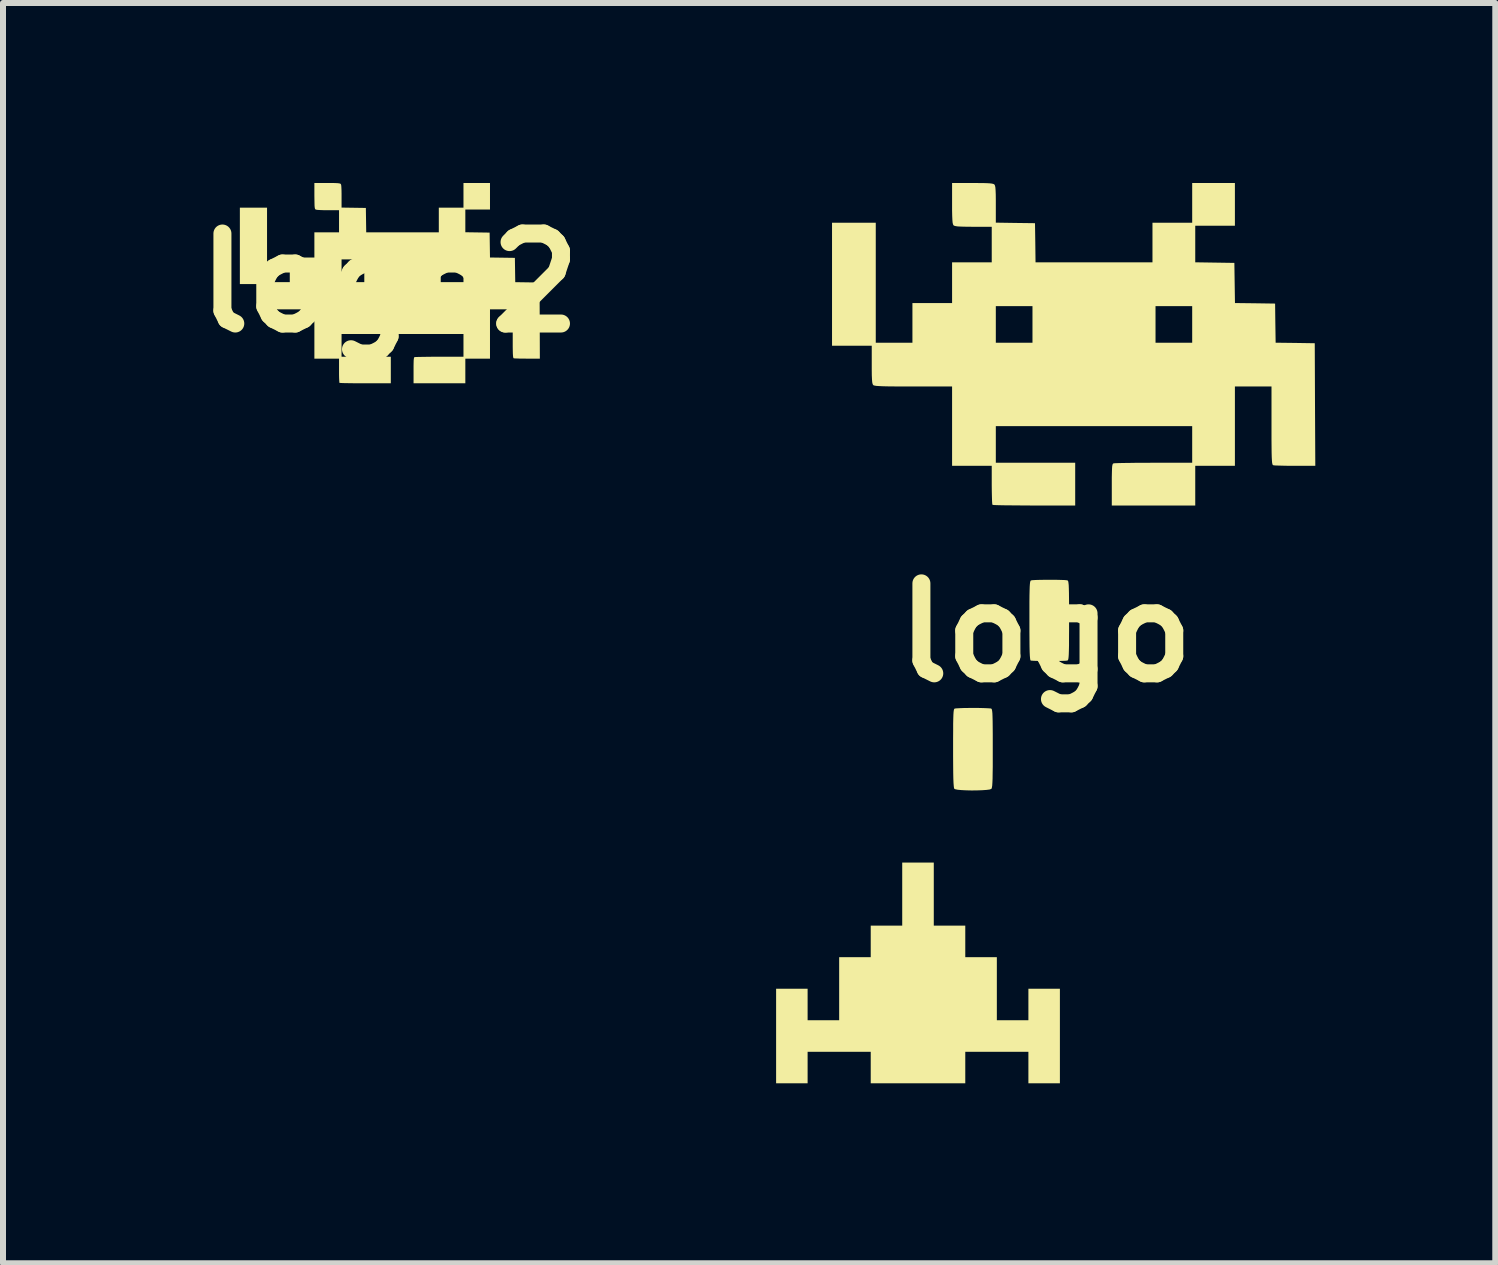
<source format=kicad_pcb>
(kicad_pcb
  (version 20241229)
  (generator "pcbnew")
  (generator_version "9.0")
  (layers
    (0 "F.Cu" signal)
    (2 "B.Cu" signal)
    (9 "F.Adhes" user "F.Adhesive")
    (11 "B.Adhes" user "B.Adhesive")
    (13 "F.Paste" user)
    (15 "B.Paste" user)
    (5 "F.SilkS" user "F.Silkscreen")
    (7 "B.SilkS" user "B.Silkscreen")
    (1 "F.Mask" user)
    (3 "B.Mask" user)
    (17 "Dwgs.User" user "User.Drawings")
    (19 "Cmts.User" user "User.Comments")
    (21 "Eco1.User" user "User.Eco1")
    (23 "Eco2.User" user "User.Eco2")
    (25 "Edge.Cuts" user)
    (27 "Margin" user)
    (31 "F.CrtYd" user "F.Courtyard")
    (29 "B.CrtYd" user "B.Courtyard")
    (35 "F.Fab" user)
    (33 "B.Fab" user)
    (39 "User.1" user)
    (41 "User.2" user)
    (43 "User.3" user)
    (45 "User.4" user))
  (footprint "logo"
    (layer "F.Cu")
    (at 14.379 7.495)
    (property "Reference" "logo" (at 0 0 0) (layer "F.SilkS") (effects (font (size 1.5 1.5) (thickness 0.3))))
    (attr board_only exclude_from_pos_files exclude_from_bom)
    (fp_poly (pts (xy -1.865 4.358) (xy -1.865 4.883) (xy -1.602 4.883) (xy -1.34 4.883) (xy -1.34 5.146) (xy -1.34 5.409) (xy -1.077 5.409) (xy -0.814 5.409) (xy -0.814 5.935) (xy -0.814 6.46) (xy -0.551 6.46) (xy -0.288 6.46) (xy -0.288 6.197) (xy -0.288 5.935) (xy -0.025 5.935) (xy 0.237 5.935) (xy 0.237 6.723) (xy 0.237 7.511) (xy -0.025 7.511) (xy -0.288 7.511) (xy -0.288 7.249) (xy -0.288 6.986) (xy -0.814 6.986) (xy -1.34 6.986) (xy -1.34 7.249) (xy -1.34 7.511) (xy -2.128 7.511) (xy -2.916 7.511) (xy -2.916 7.249) (xy -2.916 6.986) (xy -3.442 6.986) (xy -3.968 6.986) (xy -3.968 7.249) (xy -3.968 7.511) (xy -4.231 7.511) (xy -4.493 7.511) (xy -4.493 6.723) (xy -4.493 5.935) (xy -4.231 5.935) (xy -3.968 5.935) (xy -3.968 6.197) (xy -3.968 6.46) (xy -3.705 6.46) (xy -3.442 6.46) (xy -3.442 5.935) (xy -3.442 5.409) (xy -3.179 5.409) (xy -2.916 5.409) (xy -2.916 5.146) (xy -2.916 4.883) (xy -2.654 4.883) (xy -2.391 4.883) (xy -2.391 4.358) (xy -2.391 3.832) (xy -2.128 3.832) (xy -1.865 3.832)) (stroke (width 0) (type solid)) (fill yes) (layer "F.SilkS"))
    (fp_poly (pts (xy -1.117 1.255) (xy -1.033 1.257) (xy -0.965 1.26) (xy -0.921 1.263) (xy -0.909 1.265) (xy -0.902 1.271) (xy -0.896 1.284) (xy -0.892 1.307) (xy -0.888 1.345) (xy -0.886 1.399) (xy -0.884 1.474) (xy -0.883 1.571) (xy -0.882 1.695) (xy -0.882 1.848) (xy -0.882 1.928) (xy -0.882 2.098) (xy -0.882 2.237) (xy -0.884 2.349) (xy -0.885 2.436) (xy -0.888 2.501) (xy -0.891 2.548) (xy -0.896 2.579) (xy -0.901 2.597) (xy -0.906 2.604) (xy -0.933 2.614) (xy -0.986 2.621) (xy -1.058 2.626) (xy -1.144 2.629) (xy -1.234 2.63) (xy -1.323 2.628) (xy -1.404 2.624) (xy -1.468 2.618) (xy -1.51 2.609) (xy -1.522 2.603) (xy -1.528 2.588) (xy -1.532 2.557) (xy -1.536 2.506) (xy -1.539 2.433) (xy -1.541 2.336) (xy -1.542 2.212) (xy -1.543 2.058) (xy -1.543 1.927) (xy -1.543 1.76) (xy -1.542 1.623) (xy -1.542 1.514) (xy -1.54 1.43) (xy -1.538 1.367) (xy -1.535 1.322) (xy -1.531 1.293) (xy -1.526 1.275) (xy -1.519 1.267) (xy -1.516 1.265) (xy -1.491 1.262) (xy -1.438 1.259) (xy -1.364 1.256) (xy -1.275 1.255) (xy -1.212 1.255)) (stroke (width 0) (type solid)) (fill yes) (layer "F.SilkS"))
    (fp_poly (pts (xy 0.174 -0.881) (xy 0.253 -0.879) (xy 0.316 -0.877) (xy 0.355 -0.873) (xy 0.363 -0.871) (xy 0.37 -0.866) (xy 0.376 -0.853) (xy 0.38 -0.829) (xy 0.384 -0.792) (xy 0.386 -0.738) (xy 0.388 -0.663) (xy 0.389 -0.566) (xy 0.39 -0.443) (xy 0.39 -0.29) (xy 0.39 -0.203) (xy 0.39 -0.035) (xy 0.389 0.102) (xy 0.389 0.212) (xy 0.387 0.297) (xy 0.385 0.36) (xy 0.382 0.406) (xy 0.378 0.436) (xy 0.373 0.454) (xy 0.367 0.462) (xy 0.363 0.464) (xy 0.337 0.468) (xy 0.285 0.47) (xy 0.213 0.472) (xy 0.128 0.473) (xy 0.038 0.473) (xy -0.051 0.472) (xy -0.132 0.471) (xy -0.197 0.469) (xy -0.239 0.466) (xy -0.25 0.464) (xy -0.256 0.454) (xy -0.26 0.428) (xy -0.264 0.384) (xy -0.267 0.319) (xy -0.269 0.23) (xy -0.27 0.115) (xy -0.271 -0.029) (xy -0.271 -0.203) (xy -0.271 -0.371) (xy -0.271 -0.509) (xy -0.27 -0.618) (xy -0.268 -0.704) (xy -0.266 -0.767) (xy -0.263 -0.812) (xy -0.259 -0.843) (xy -0.254 -0.86) (xy -0.248 -0.869) (xy -0.244 -0.871) (xy -0.218 -0.875) (xy -0.164 -0.878) (xy -0.091 -0.88) (xy -0.005 -0.881) (xy 0.085 -0.881)) (stroke (width 0) (type solid)) (fill yes) (layer "F.SilkS"))
    (fp_poly (pts (xy -1.098 -7.494) (xy -1.007 -7.493) (xy -0.941 -7.49) (xy -0.896 -7.485) (xy -0.869 -7.478) (xy -0.855 -7.47) (xy -0.846 -7.454) (xy -0.839 -7.425) (xy -0.835 -7.376) (xy -0.832 -7.305) (xy -0.831 -7.207) (xy -0.831 -7.14) (xy -0.831 -6.834) (xy -0.504 -6.829) (xy -0.178 -6.825) (xy -0.173 -6.498) (xy -0.169 -6.172) (xy 0.806 -6.172) (xy 1.78 -6.172) (xy 1.78 -6.503) (xy 1.78 -6.833) (xy 2.111 -6.833) (xy 2.442 -6.833) (xy 2.442 -7.164) (xy 2.442 -7.495) (xy 2.798 -7.495) (xy 3.154 -7.495) (xy 3.154 -7.138) (xy 3.154 -6.782) (xy 2.823 -6.782) (xy 2.493 -6.782) (xy 2.493 -6.478) (xy 2.493 -6.173) (xy 2.819 -6.168) (xy 3.145 -6.163) (xy 3.15 -5.829) (xy 3.155 -5.494) (xy 3.489 -5.49) (xy 3.824 -5.485) (xy 3.828 -5.159) (xy 3.833 -4.833) (xy 4.159 -4.829) (xy 4.485 -4.824) (xy 4.489 -3.802) (xy 4.494 -2.781) (xy 4.156 -2.781) (xy 4.051 -2.781) (xy 3.956 -2.783) (xy 3.878 -2.785) (xy 3.822 -2.787) (xy 3.793 -2.791) (xy 3.791 -2.791) (xy 3.784 -2.797) (xy 3.779 -2.81) (xy 3.774 -2.834) (xy 3.771 -2.871) (xy 3.768 -2.925) (xy 3.766 -3) (xy 3.765 -3.097) (xy 3.764 -3.221) (xy 3.764 -3.375) (xy 3.764 -3.452) (xy 3.764 -4.103) (xy 3.459 -4.103) (xy 3.154 -4.103) (xy 3.154 -3.442) (xy 3.154 -2.781) (xy 2.823 -2.781) (xy 2.493 -2.781) (xy 2.493 -2.45) (xy 2.493 -2.119) (xy 1.797 -2.119) (xy 1.102 -2.119) (xy 1.102 -2.465) (xy 1.102 -2.584) (xy 1.104 -2.672) (xy 1.106 -2.736) (xy 1.109 -2.778) (xy 1.115 -2.804) (xy 1.122 -2.817) (xy 1.129 -2.821) (xy 1.151 -2.824) (xy 1.204 -2.826) (xy 1.283 -2.828) (xy 1.384 -2.829) (xy 1.503 -2.831) (xy 1.636 -2.831) (xy 1.781 -2.832) (xy 1.799 -2.832) (xy 2.442 -2.832) (xy 2.442 -3.137) (xy 2.442 -3.442) (xy 0.805 -3.442) (xy -0.831 -3.442) (xy -0.831 -3.137) (xy -0.831 -2.832) (xy -0.17 -2.832) (xy 0.492 -2.832) (xy 0.492 -2.476) (xy 0.492 -2.119) (xy -0.192 -2.119) (xy -0.341 -2.12) (xy -0.48 -2.121) (xy -0.604 -2.122) (xy -0.71 -2.123) (xy -0.795 -2.125) (xy -0.854 -2.127) (xy -0.884 -2.13) (xy -0.887 -2.131) (xy -0.891 -2.151) (xy -0.894 -2.199) (xy -0.896 -2.27) (xy -0.898 -2.358) (xy -0.899 -2.459) (xy -0.899 -2.461) (xy -0.899 -2.781) (xy -1.229 -2.781) (xy -1.56 -2.781) (xy -1.56 -3.442) (xy -1.56 -4.103) (xy -2.205 -4.103) (xy -2.375 -4.104) (xy -2.514 -4.104) (xy -2.624 -4.105) (xy -2.711 -4.107) (xy -2.775 -4.11) (xy -2.821 -4.113) (xy -2.851 -4.118) (xy -2.869 -4.123) (xy -2.875 -4.128) (xy -2.884 -4.143) (xy -2.891 -4.173) (xy -2.895 -4.22) (xy -2.898 -4.29) (xy -2.899 -4.387) (xy -2.899 -4.467) (xy -2.899 -4.782) (xy -3.23 -4.782) (xy -3.561 -4.782) (xy -3.561 -5.807) (xy -3.561 -6.833) (xy -3.196 -6.833) (xy -2.832 -6.833) (xy -2.832 -5.833) (xy -2.832 -4.832) (xy -2.526 -4.832) (xy -2.221 -4.832) (xy -2.221 -5.163) (xy -2.221 -5.443) (xy -0.831 -5.443) (xy -0.831 -5.138) (xy -0.831 -4.832) (xy -0.526 -4.832) (xy -0.22 -4.832) (xy -0.22 -5.138) (xy -0.22 -5.443) (xy 1.831 -5.443) (xy 1.831 -5.138) (xy 1.831 -4.832) (xy 2.136 -4.832) (xy 2.442 -4.832) (xy 2.442 -5.138) (xy 2.442 -5.443) (xy 2.136 -5.443) (xy 1.831 -5.443) (xy -0.22 -5.443) (xy -0.526 -5.443) (xy -0.831 -5.443) (xy -2.221 -5.443) (xy -2.221 -5.494) (xy -1.891 -5.494) (xy -1.56 -5.494) (xy -1.56 -5.833) (xy -1.56 -6.172) (xy -1.229 -6.172) (xy -0.899 -6.172) (xy -0.899 -6.469) (xy -0.899 -6.765) (xy -1.205 -6.765) (xy -1.32 -6.766) (xy -1.405 -6.768) (xy -1.466 -6.771) (xy -1.505 -6.777) (xy -1.528 -6.784) (xy -1.536 -6.79) (xy -1.544 -6.805) (xy -1.551 -6.833) (xy -1.555 -6.879) (xy -1.558 -6.946) (xy -1.56 -7.039) (xy -1.56 -7.154) (xy -1.56 -7.495) (xy -1.22 -7.495)) (stroke (width 0) (type solid)) (fill yes) (layer "F.SilkS")))
  (footprint "logo2"
    (layer "F.Cu")
    (at 3.443 1.664)
    (property "Reference" "logo2" (at 0 0 0) (layer "F.SilkS") (effects (font (size 1.5 1.5) (thickness 0.3))))
    (attr board_only exclude_from_pos_files exclude_from_bom)
    (fp_poly (pts (xy -0.966 -1.664) (xy -0.909 -1.663) (xy -0.868 -1.661) (xy -0.841 -1.658) (xy -0.824 -1.654) (xy -0.815 -1.649) (xy -0.809 -1.639) (xy -0.805 -1.62) (xy -0.803 -1.59) (xy -0.801 -1.546) (xy -0.8 -1.486) (xy -0.8 -1.444) (xy -0.8 -1.254) (xy -0.597 -1.251) (xy -0.395 -1.248) (xy -0.392 -1.045) (xy -0.389 -0.842) (xy 0.216 -0.842) (xy 0.821 -0.842) (xy 0.821 -1.048) (xy 0.821 -1.253) (xy 1.026 -1.253) (xy 1.232 -1.253) (xy 1.232 -1.458) (xy 1.232 -1.664) (xy 1.453 -1.664) (xy 1.674 -1.664) (xy 1.674 -1.443) (xy 1.674 -1.222) (xy 1.468 -1.222) (xy 1.263 -1.222) (xy 1.263 -1.032) (xy 1.263 -0.843) (xy 1.466 -0.84) (xy 1.668 -0.837) (xy 1.671 -0.629) (xy 1.674 -0.422) (xy 1.882 -0.419) (xy 2.089 -0.416) (xy 2.092 -0.213) (xy 2.095 -0.011) (xy 2.298 -0.008) (xy 2.5 -0.005) (xy 2.503 0.629) (xy 2.505 1.264) (xy 2.296 1.264) (xy 2.23 1.263) (xy 2.172 1.263) (xy 2.123 1.261) (xy 2.088 1.26) (xy 2.07 1.258) (xy 2.069 1.257) (xy 2.065 1.254) (xy 2.062 1.246) (xy 2.059 1.231) (xy 2.057 1.208) (xy 2.055 1.174) (xy 2.054 1.128) (xy 2.053 1.067) (xy 2.053 0.99) (xy 2.053 0.895) (xy 2.053 0.847) (xy 2.053 0.442) (xy 1.863 0.442) (xy 1.674 0.442) (xy 1.674 0.853) (xy 1.674 1.264) (xy 1.468 1.264) (xy 1.263 1.264) (xy 1.263 1.469) (xy 1.263 1.674) (xy 0.832 1.674) (xy 0.4 1.674) (xy 0.4 1.46) (xy 0.4 1.386) (xy 0.401 1.331) (xy 0.402 1.292) (xy 0.405 1.265) (xy 0.408 1.249) (xy 0.413 1.241) (xy 0.417 1.238) (xy 0.431 1.237) (xy 0.463 1.236) (xy 0.512 1.235) (xy 0.575 1.234) (xy 0.649 1.233) (xy 0.732 1.232) (xy 0.821 1.232) (xy 0.832 1.232) (xy 1.232 1.232) (xy 1.232 1.043) (xy 1.232 0.853) (xy 0.216 0.853) (xy -0.8 0.853) (xy -0.8 1.043) (xy -0.8 1.232) (xy -0.389 1.232) (xy 0.021 1.232) (xy 0.021 1.453) (xy 0.021 1.674) (xy -0.404 1.674) (xy -0.496 1.674) (xy -0.582 1.674) (xy -0.659 1.673) (xy -0.725 1.672) (xy -0.777 1.671) (xy -0.814 1.669) (xy -0.833 1.668) (xy -0.835 1.667) (xy -0.837 1.655) (xy -0.839 1.625) (xy -0.841 1.581) (xy -0.842 1.526) (xy -0.842 1.463) (xy -0.842 1.462) (xy -0.842 1.264) (xy -1.047 1.264) (xy -1.253 1.264) (xy -1.253 0.853) (xy -1.253 0.442) (xy -1.653 0.442) (xy -1.759 0.442) (xy -1.845 0.442) (xy -1.913 0.441) (xy -1.967 0.44) (xy -2.007 0.438) (xy -2.035 0.436) (xy -2.054 0.433) (xy -2.065 0.43) (xy -2.069 0.427) (xy -2.075 0.418) (xy -2.079 0.399) (xy -2.082 0.37) (xy -2.083 0.326) (xy -2.084 0.266) (xy -2.084 0.217) (xy -2.084 0.021) (xy -2.289 0.021) (xy -2.495 0.021) (xy -2.495 -0.616) (xy -2.495 -1.253) (xy -2.268 -1.253) (xy -2.042 -1.253) (xy -2.042 -0.632) (xy -2.042 -0.011) (xy -1.853 -0.011) (xy -1.663 -0.011) (xy -1.663 -0.216) (xy -1.663 -0.39) (xy -0.8 -0.39) (xy -0.8 -0.2) (xy -0.8 -0.011) (xy -0.611 -0.011) (xy -0.421 -0.011) (xy -0.421 -0.2) (xy -0.421 -0.39) (xy 0.853 -0.39) (xy 0.853 -0.2) (xy 0.853 -0.011) (xy 1.042 -0.011) (xy 1.232 -0.011) (xy 1.232 -0.2) (xy 1.232 -0.39) (xy 1.042 -0.39) (xy 0.853 -0.39) (xy -0.421 -0.39) (xy -0.611 -0.39) (xy -0.8 -0.39) (xy -1.663 -0.39) (xy -1.663 -0.421) (xy -1.458 -0.421) (xy -1.253 -0.421) (xy -1.253 -0.632) (xy -1.253 -0.842) (xy -1.047 -0.842) (xy -0.842 -0.842) (xy -0.842 -1.027) (xy -0.842 -1.211) (xy -1.032 -1.211) (xy -1.104 -1.211) (xy -1.157 -1.213) (xy -1.194 -1.215) (xy -1.219 -1.218) (xy -1.233 -1.223) (xy -1.238 -1.226) (xy -1.243 -1.235) (xy -1.247 -1.253) (xy -1.25 -1.281) (xy -1.251 -1.323) (xy -1.252 -1.381) (xy -1.253 -1.452) (xy -1.253 -1.664) (xy -1.041 -1.664)) (stroke (width 0) (type solid)) (fill yes) (layer "F.SilkS")))
  (gr_rect
    (start -3 -3)
    (end 21.873 18.006)
    (stroke (width 0.1) (type default))
    (fill no)
    (layer "Edge.Cuts")))
</source>
